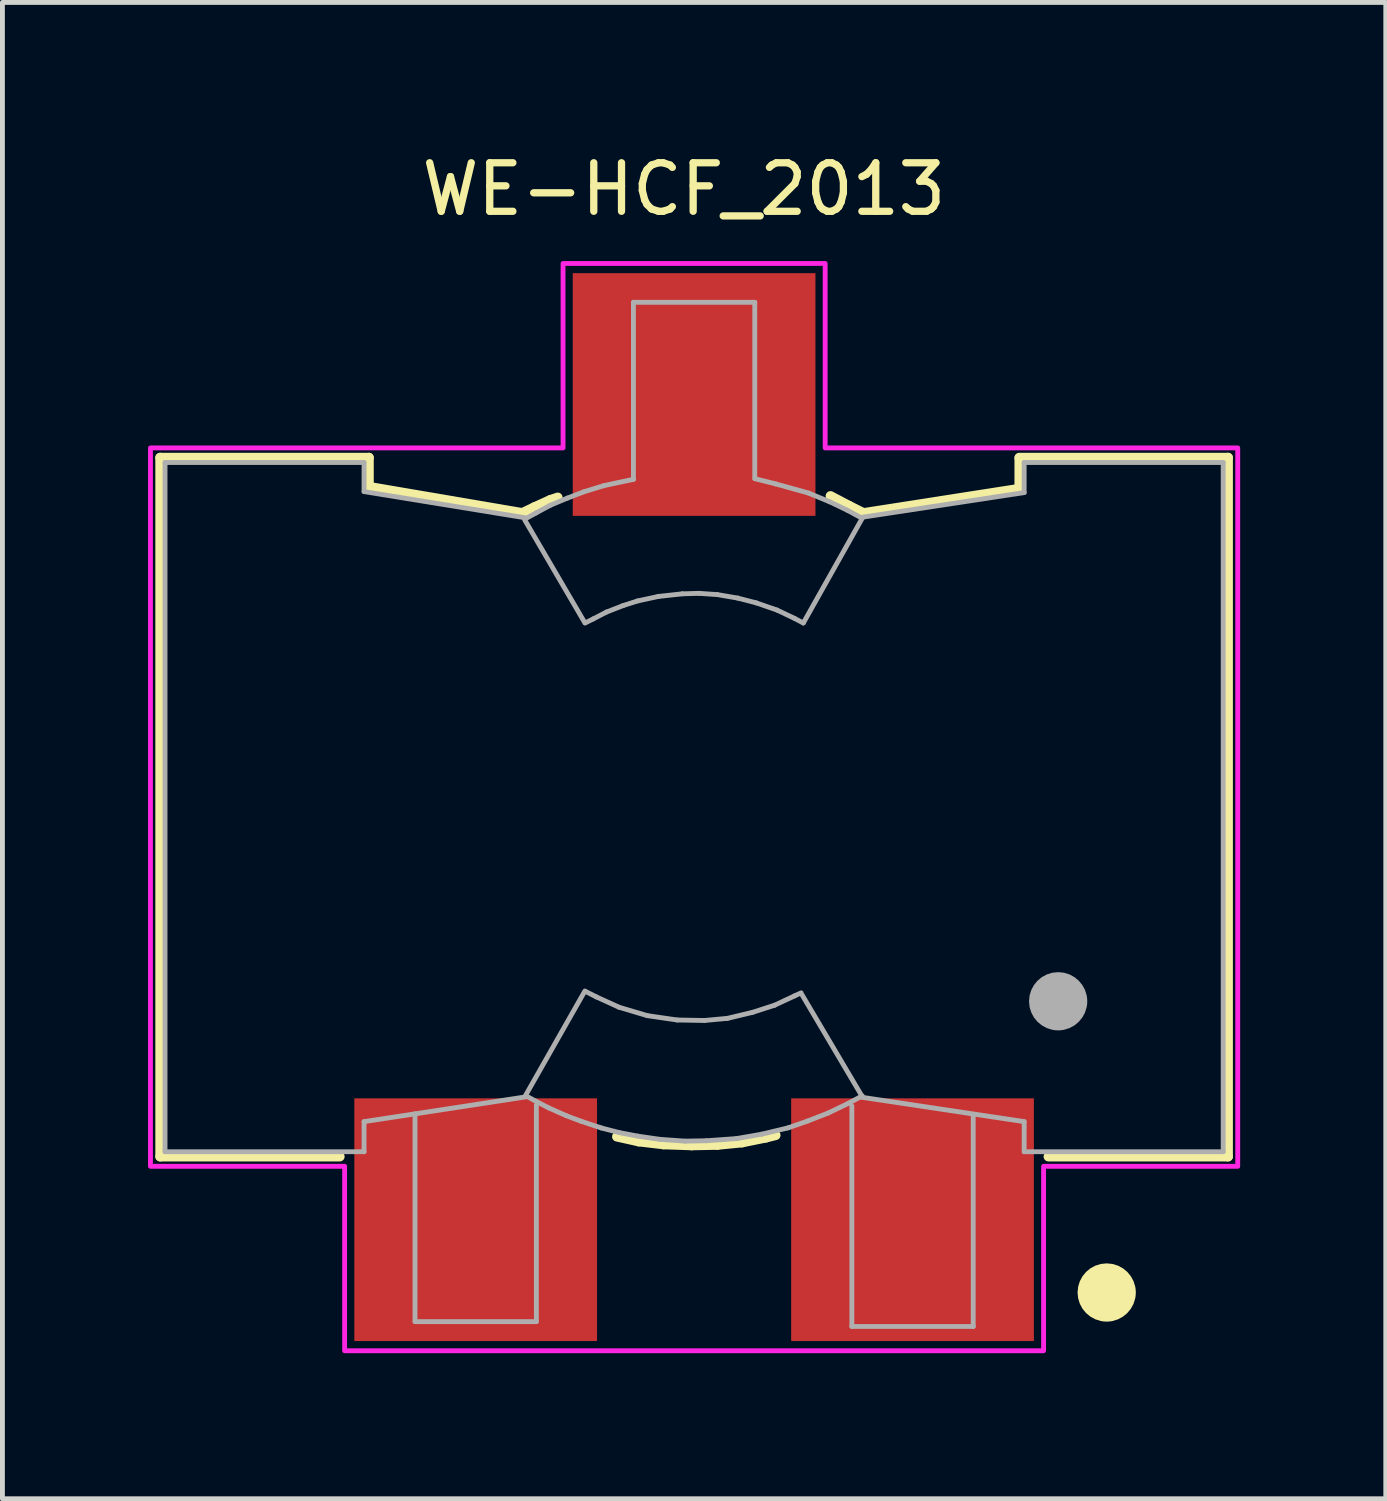
<source format=kicad_pcb>
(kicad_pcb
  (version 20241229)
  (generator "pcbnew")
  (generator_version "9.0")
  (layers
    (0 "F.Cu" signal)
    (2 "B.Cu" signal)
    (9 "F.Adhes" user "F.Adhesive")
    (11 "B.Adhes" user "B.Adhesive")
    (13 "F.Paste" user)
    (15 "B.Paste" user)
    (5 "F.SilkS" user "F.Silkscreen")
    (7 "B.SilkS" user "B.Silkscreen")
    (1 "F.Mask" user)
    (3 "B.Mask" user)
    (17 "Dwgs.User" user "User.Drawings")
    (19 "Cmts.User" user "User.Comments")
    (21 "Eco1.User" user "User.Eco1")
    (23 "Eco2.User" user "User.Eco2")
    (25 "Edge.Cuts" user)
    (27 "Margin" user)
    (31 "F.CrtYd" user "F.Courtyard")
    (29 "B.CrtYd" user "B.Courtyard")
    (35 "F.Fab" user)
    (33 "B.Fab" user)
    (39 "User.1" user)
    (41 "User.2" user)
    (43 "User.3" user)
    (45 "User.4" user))
  (footprint "WE-HCF_2013"
    (layer "F.Cu")
    (at 11.25 13.578)
    (property "Reference" "WE-HCF_2013" (at -0.21 -12.73 0) (layer "F.SilkS") (effects (font (size 1 1) (thickness 0.15))))
    (attr smd)
    (fp_line (start -11 -7.2) (end -11 7.2) (stroke (width 0.2) (type solid)) (layer "F.SilkS"))
    (fp_line (start -11 7.2) (end -7.3 7.2) (stroke (width 0.2) (type solid)) (layer "F.SilkS"))
    (fp_line (start -6.7 -7.2) (end -11 -7.2) (stroke (width 0.2) (type solid)) (layer "F.SilkS"))
    (fp_line (start -6.7 -7.2) (end -6.7 -6.6) (stroke (width 0.2) (type solid)) (layer "F.SilkS"))
    (fp_line (start -6.7 -6.6) (end -3.54 -6.06) (stroke (width 0.2) (type solid)) (layer "F.SilkS"))
    (fp_line (start -3.54 -6.06) (end -3.29 -6.18) (stroke (width 0.2) (type solid)) (layer "F.SilkS"))
    (fp_line (start -3.29 -6.18) (end -2.96 -6.33) (stroke (width 0.2) (type solid)) (layer "F.SilkS"))
    (fp_line (start -2.96 -6.33) (end -2.81 -6.38) (stroke (width 0.2) (type solid)) (layer "F.SilkS"))
    (fp_line (start -1.59 6.79) (end -1.14 6.89) (stroke (width 0.2) (type solid)) (layer "F.SilkS"))
    (fp_line (start -1.14 6.89) (end -0.63 6.95) (stroke (width 0.2) (type solid)) (layer "F.SilkS"))
    (fp_line (start -0.63 6.95) (end -0.05 6.97) (stroke (width 0.2) (type solid)) (layer "F.SilkS"))
    (fp_line (start -0.05 6.97) (end 0.48 6.96) (stroke (width 0.2) (type solid)) (layer "F.SilkS"))
    (fp_line (start 0.48 6.96) (end 0.99 6.91) (stroke (width 0.2) (type solid)) (layer "F.SilkS"))
    (fp_line (start 0.99 6.91) (end 1.48 6.81) (stroke (width 0.2) (type solid)) (layer "F.SilkS"))
    (fp_line (start 1.48 6.81) (end 1.68 6.76) (stroke (width 0.2) (type solid)) (layer "F.SilkS"))
    (fp_line (start 3.19 -6.21) (end 2.81 -6.41) (stroke (width 0.2) (type solid)) (layer "F.SilkS"))
    (fp_line (start 3.49 -6.06) (end 3.19 -6.21) (stroke (width 0.2) (type solid)) (layer "F.SilkS"))
    (fp_line (start 6.7 -7.2) (end 11 -7.2) (stroke (width 0.2) (type solid)) (layer "F.SilkS"))
    (fp_line (start 6.7 -7.19) (end 6.7 -6.58) (stroke (width 0.2) (type solid)) (layer "F.SilkS"))
    (fp_line (start 6.7 -6.56) (end 3.49 -6.06) (stroke (width 0.2) (type solid)) (layer "F.SilkS"))
    (fp_line (start 11 -7.2) (end 11 7.2) (stroke (width 0.2) (type solid)) (layer "F.SilkS"))
    (fp_line (start 11 7.2) (end 7.3 7.2) (stroke (width 0.2) (type solid)) (layer "F.SilkS"))
    (fp_circle (center 8.5 10) (end 8.8 10) (stroke (width 0.6) (type solid)) (fill no) (layer "F.SilkS"))
    (fp_poly (pts (xy -2.7 -11.2) (xy 2.7 -11.2) (xy 2.7 -7.4) (xy 11.2 -7.4) (xy 11.2 7.4) (xy 7.2 7.4) (xy 7.2 11.2) (xy -7.2 11.2) (xy -7.2 7.4) (xy -11.2 7.4) (xy -11.2 -7.4) (xy -2.7 -7.4)) (stroke (width 0.1) (type solid)) (fill no) (layer "F.CrtYd"))
    (fp_line (start -10.9 -7.1) (end -10.9 7.1) (stroke (width 0.1) (type solid)) (layer "F.Fab"))
    (fp_line (start -10.9 7.1) (end -6.8 7.1) (stroke (width 0.1) (type solid)) (layer "F.Fab"))
    (fp_line (start -6.8 -7.1) (end -10.9 -7.1) (stroke (width 0.1) (type solid)) (layer "F.Fab"))
    (fp_line (start -6.8 -7.1) (end -6.8 -6.5) (stroke (width 0.1) (type solid)) (layer "F.Fab"))
    (fp_line (start -6.8 -6.5) (end -3.47 -5.959) (stroke (width 0.1) (type solid)) (layer "F.Fab"))
    (fp_line (start -6.8 6.48) (end -6.8 7.1) (stroke (width 0.1) (type solid)) (layer "F.Fab"))
    (fp_line (start -6.8 6.48) (end -3.47 5.97) (stroke (width 0.1) (type solid)) (layer "F.Fab"))
    (fp_line (start -5.75 6.32) (end -5.75 10.6) (stroke (width 0.1) (type solid)) (layer "F.Fab"))
    (fp_line (start -5.75 10.6) (end -3.25 10.6) (stroke (width 0.1) (type solid)) (layer "F.Fab"))
    (fp_line (start -3.491 -5.919) (end -2.25 -3.795) (stroke (width 0.1) (type solid)) (layer "F.Fab"))
    (fp_line (start -3.48 5.953) (end -2.25 3.789) (stroke (width 0.1) (type solid)) (layer "F.Fab"))
    (fp_line (start -3.474 -5.941) (end -3.257 -6.06) (stroke (width 0.1) (type solid)) (layer "F.Fab"))
    (fp_line (start -3.452 5.955) (end -3.26 6.06) (stroke (width 0.1) (type solid)) (layer "F.Fab"))
    (fp_line (start -3.26 6.06) (end -2.995 6.197) (stroke (width 0.1) (type solid)) (layer "F.Fab"))
    (fp_line (start -3.257 -6.06) (end -2.964 -6.218) (stroke (width 0.1) (type solid)) (layer "F.Fab"))
    (fp_line (start -3.25 10.6) (end -3.25 6.14) (stroke (width 0.1) (type solid)) (layer "F.Fab"))
    (fp_line (start -2.995 6.197) (end -2.635 6.357) (stroke (width 0.1) (type solid)) (layer "F.Fab"))
    (fp_line (start -2.964 -6.218) (end -2.611 -6.366) (stroke (width 0.1) (type solid)) (layer "F.Fab"))
    (fp_line (start -2.635 6.357) (end -2.32 6.475) (stroke (width 0.1) (type solid)) (layer "F.Fab"))
    (fp_line (start -2.611 -6.366) (end -2.265 -6.498) (stroke (width 0.1) (type solid)) (layer "F.Fab"))
    (fp_line (start -2.32 6.475) (end -1.916 6.609) (stroke (width 0.1) (type solid)) (layer "F.Fab"))
    (fp_line (start -2.265 -6.498) (end -1.855 -6.624) (stroke (width 0.1) (type solid)) (layer "F.Fab"))
    (fp_line (start -2.242 -3.795) (end -2.078 -3.877) (stroke (width 0.1) (type solid)) (layer "F.Fab"))
    (fp_line (start -2.237 3.797) (end -2.014 3.91) (stroke (width 0.1) (type solid)) (layer "F.Fab"))
    (fp_line (start -2.078 -3.877) (end -1.804 -4.019) (stroke (width 0.1) (type solid)) (layer "F.Fab"))
    (fp_line (start -2.014 3.91) (end -1.547 4.123) (stroke (width 0.1) (type solid)) (layer "F.Fab"))
    (fp_line (start -1.916 6.609) (end -1.541 6.706) (stroke (width 0.1) (type solid)) (layer "F.Fab"))
    (fp_line (start -1.855 -6.624) (end -1.245 -6.754) (stroke (width 0.1) (type solid)) (layer "F.Fab"))
    (fp_line (start -1.804 -4.019) (end -1.462 -4.152) (stroke (width 0.1) (type solid)) (layer "F.Fab"))
    (fp_line (start -1.547 4.123) (end -0.966 4.296) (stroke (width 0.1) (type solid)) (layer "F.Fab"))
    (fp_line (start -1.541 6.706) (end -1.158 6.779) (stroke (width 0.1) (type solid)) (layer "F.Fab"))
    (fp_line (start -1.462 -4.152) (end -1.165 -4.247) (stroke (width 0.1) (type solid)) (layer "F.Fab"))
    (fp_line (start -1.25 -10.4) (end -1.25 -6.755) (stroke (width 0.1) (type solid)) (layer "F.Fab"))
    (fp_line (start -1.25 -10.4) (end 1.25 -10.4) (stroke (width 0.1) (type solid)) (layer "F.Fab"))
    (fp_line (start -1.165 -4.247) (end -0.736 -4.34) (stroke (width 0.1) (type solid)) (layer "F.Fab"))
    (fp_line (start -1.158 6.779) (end -0.703 6.845) (stroke (width 0.1) (type solid)) (layer "F.Fab"))
    (fp_line (start -0.966 4.296) (end -0.349 4.386) (stroke (width 0.1) (type solid)) (layer "F.Fab"))
    (fp_line (start -0.736 -4.34) (end -0.243 -4.394) (stroke (width 0.1) (type solid)) (layer "F.Fab"))
    (fp_line (start -0.703 6.845) (end -0.186 6.882) (stroke (width 0.1) (type solid)) (layer "F.Fab"))
    (fp_line (start -0.349 4.386) (end 0.213 4.396) (stroke (width 0.1) (type solid)) (layer "F.Fab"))
    (fp_line (start -0.243 -4.394) (end 0.101 -4.404) (stroke (width 0.1) (type solid)) (layer "F.Fab"))
    (fp_line (start -0.186 6.882) (end 0.252 6.874) (stroke (width 0.1) (type solid)) (layer "F.Fab"))
    (fp_line (start 0.101 -4.404) (end 0.479 -4.378) (stroke (width 0.1) (type solid)) (layer "F.Fab"))
    (fp_line (start 0.213 4.396) (end 0.688 4.352) (stroke (width 0.1) (type solid)) (layer "F.Fab"))
    (fp_line (start 0.252 6.874) (end 0.876 6.829) (stroke (width 0.1) (type solid)) (layer "F.Fab"))
    (fp_line (start 0.479 -4.378) (end 0.901 -4.306) (stroke (width 0.1) (type solid)) (layer "F.Fab"))
    (fp_line (start 0.688 4.352) (end 1.205 4.228) (stroke (width 0.1) (type solid)) (layer "F.Fab"))
    (fp_line (start 0.876 6.829) (end 1.395 6.738) (stroke (width 0.1) (type solid)) (layer "F.Fab"))
    (fp_line (start 0.901 -4.306) (end 1.279 -4.208) (stroke (width 0.1) (type solid)) (layer "F.Fab"))
    (fp_line (start 1.205 4.228) (end 1.659 4.081) (stroke (width 0.1) (type solid)) (layer "F.Fab"))
    (fp_line (start 1.25 -10.4) (end 1.25 -6.768) (stroke (width 0.1) (type solid)) (layer "F.Fab"))
    (fp_line (start 1.252 -6.766) (end 1.686 -6.657) (stroke (width 0.1) (type solid)) (layer "F.Fab"))
    (fp_line (start 1.279 -4.208) (end 1.707 -4.06) (stroke (width 0.1) (type solid)) (layer "F.Fab"))
    (fp_line (start 1.395 6.738) (end 1.937 6.608) (stroke (width 0.1) (type solid)) (layer "F.Fab"))
    (fp_line (start 1.659 4.081) (end 2.068 3.89) (stroke (width 0.1) (type solid)) (layer "F.Fab"))
    (fp_line (start 1.686 -6.657) (end 2.358 -6.47) (stroke (width 0.1) (type solid)) (layer "F.Fab"))
    (fp_line (start 1.707 -4.06) (end 2.069 -3.888) (stroke (width 0.1) (type solid)) (layer "F.Fab"))
    (fp_line (start 1.937 6.608) (end 2.34 6.467) (stroke (width 0.1) (type solid)) (layer "F.Fab"))
    (fp_line (start 2.068 3.89) (end 2.205 3.827) (stroke (width 0.1) (type solid)) (layer "F.Fab"))
    (fp_line (start 2.069 -3.888) (end 2.249 -3.793) (stroke (width 0.1) (type solid)) (layer "F.Fab"))
    (fp_line (start 2.34 6.467) (end 2.762 6.303) (stroke (width 0.1) (type solid)) (layer "F.Fab"))
    (fp_line (start 2.358 -6.47) (end 2.789 -6.292) (stroke (width 0.1) (type solid)) (layer "F.Fab"))
    (fp_line (start 2.762 6.303) (end 3.182 6.101) (stroke (width 0.1) (type solid)) (layer "F.Fab"))
    (fp_line (start 2.789 -6.292) (end 3.155 -6.117) (stroke (width 0.1) (type solid)) (layer "F.Fab"))
    (fp_line (start 3.155 -6.117) (end 3.457 -5.953) (stroke (width 0.1) (type solid)) (layer "F.Fab"))
    (fp_line (start 3.182 6.101) (end 3.464 5.949) (stroke (width 0.1) (type solid)) (layer "F.Fab"))
    (fp_line (start 3.25 6.157) (end 3.25 10.7) (stroke (width 0.1) (type solid)) (layer "F.Fab"))
    (fp_line (start 3.25 10.7) (end 5.75 10.7) (stroke (width 0.1) (type solid)) (layer "F.Fab"))
    (fp_line (start 3.466 5.969) (end 2.225 3.869) (stroke (width 0.1) (type solid)) (layer "F.Fab"))
    (fp_line (start 3.467 -5.957) (end 2.25 -3.793) (stroke (width 0.1) (type solid)) (layer "F.Fab"))
    (fp_line (start 5.75 10.7) (end 5.75 6.33) (stroke (width 0.1) (type solid)) (layer "F.Fab"))
    (fp_line (start 6.8 -7.1) (end 6.8 -6.48) (stroke (width 0.1) (type solid)) (layer "F.Fab"))
    (fp_line (start 6.8 -6.48) (end 3.47 -5.973) (stroke (width 0.1) (type solid)) (layer "F.Fab"))
    (fp_line (start 6.8 6.48) (end 3.442 5.976) (stroke (width 0.1) (type solid)) (layer "F.Fab"))
    (fp_line (start 6.8 6.48) (end 6.8 7.1) (stroke (width 0.1) (type solid)) (layer "F.Fab"))
    (fp_line (start 6.8 7.1) (end 10.9 7.1) (stroke (width 0.1) (type solid)) (layer "F.Fab"))
    (fp_line (start 10.9 -7.1) (end 6.8 -7.1) (stroke (width 0.1) (type solid)) (layer "F.Fab"))
    (fp_line (start 10.9 7.1) (end 10.9 -7.1) (stroke (width 0.1) (type solid)) (layer "F.Fab"))
    (fp_circle (center 7.5 4) (end 7.8 4) (stroke (width 0.6) (type solid)) (fill no) (layer "F.Fab"))
    (pad "1" smd rect (at -4.5 8.5) (size 5 5) (layers "F.Cu" "F.Mask" "F.Paste"))
    (pad "2" smd rect (at 4.5 8.5) (size 5 5) (layers "F.Cu" "F.Mask" "F.Paste"))
    (pad "3" smd rect (at 0 -8.5) (size 5 5) (layers "F.Cu" "F.Mask" "F.Paste")))
  (gr_rect
    (start -3 -3)
    (end 25.5 27.828)
    (stroke (width 0.1) (type default))
    (fill no)
    (layer "Edge.Cuts")))
</source>
